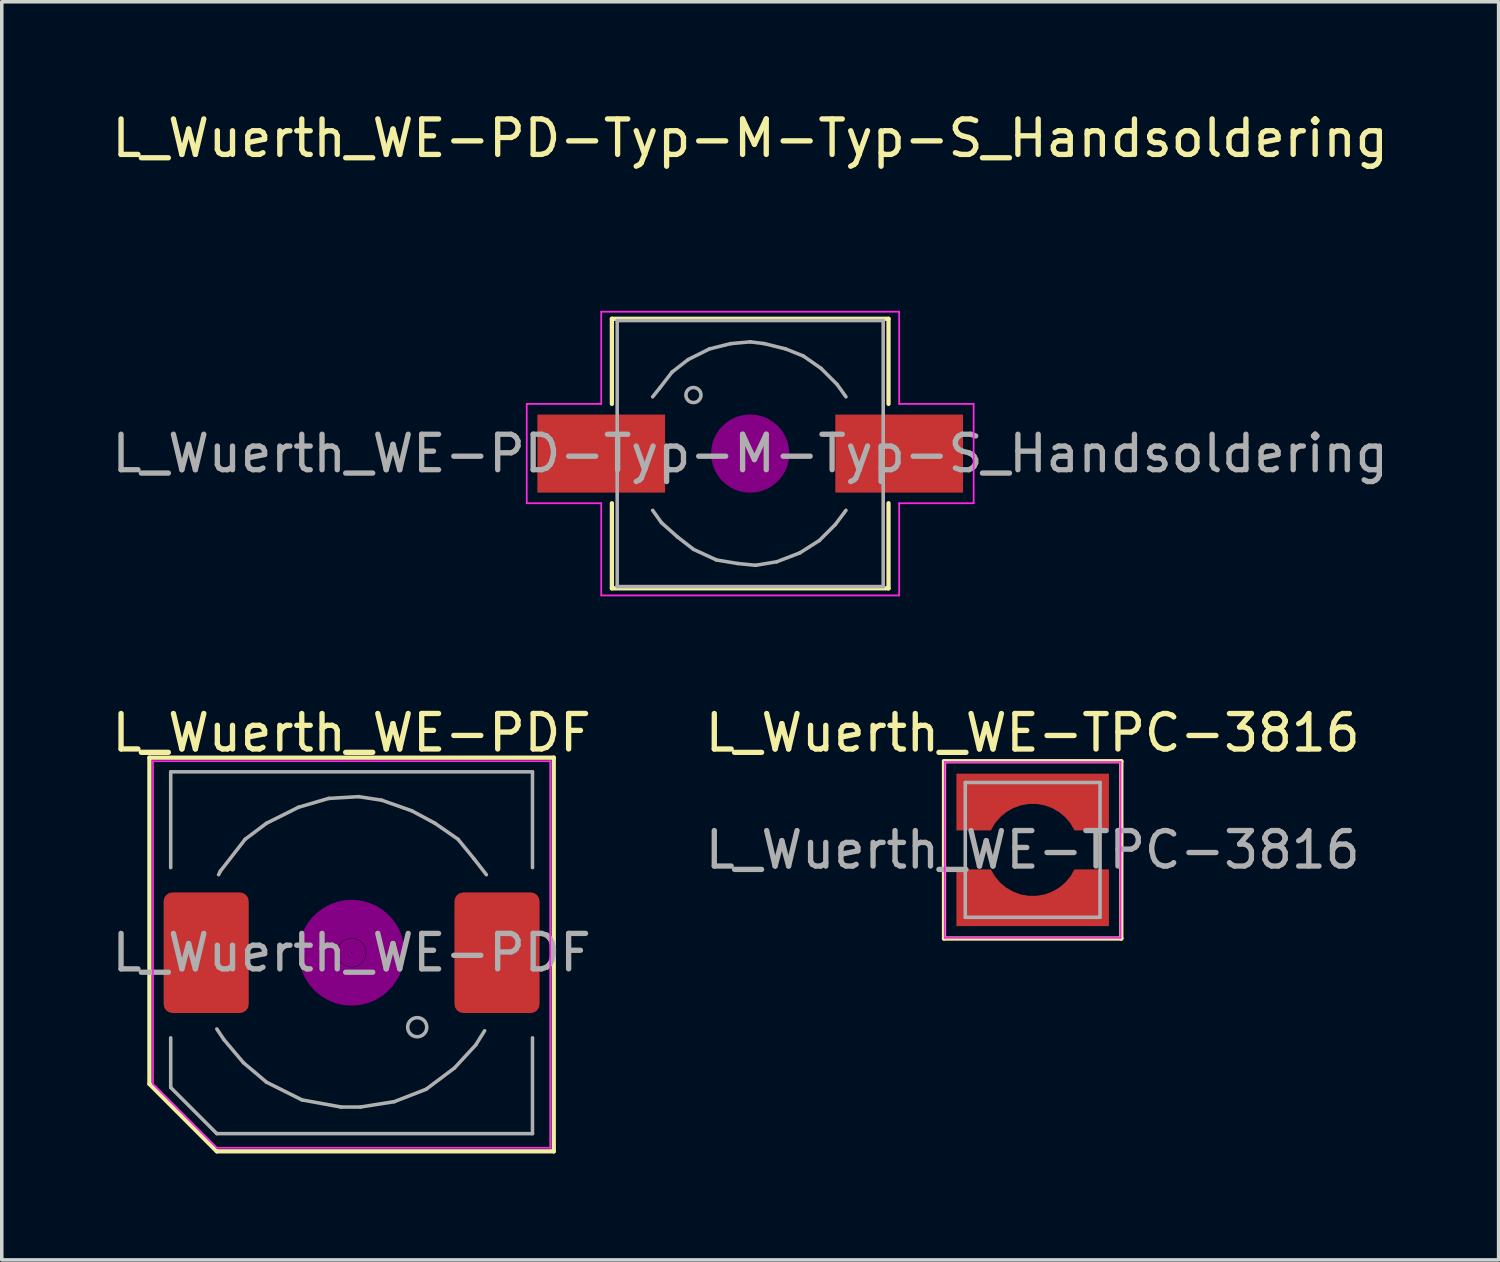
<source format=kicad_pcb>
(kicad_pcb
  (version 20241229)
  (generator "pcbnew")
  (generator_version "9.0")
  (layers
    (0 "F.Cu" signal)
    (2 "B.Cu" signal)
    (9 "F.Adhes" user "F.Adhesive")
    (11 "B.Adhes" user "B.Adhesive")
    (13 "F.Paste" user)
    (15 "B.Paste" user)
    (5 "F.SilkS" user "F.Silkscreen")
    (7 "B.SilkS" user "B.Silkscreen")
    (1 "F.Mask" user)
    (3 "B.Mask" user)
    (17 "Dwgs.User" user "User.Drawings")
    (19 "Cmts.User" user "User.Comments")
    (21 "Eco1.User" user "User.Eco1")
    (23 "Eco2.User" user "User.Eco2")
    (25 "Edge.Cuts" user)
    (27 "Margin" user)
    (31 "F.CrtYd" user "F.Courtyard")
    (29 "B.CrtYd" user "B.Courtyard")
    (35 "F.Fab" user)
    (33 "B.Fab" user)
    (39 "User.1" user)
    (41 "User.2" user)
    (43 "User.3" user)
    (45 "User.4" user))
  (footprint "L_Wuerth_WE-PD-Typ-M-Typ-S_Handsoldering"
    (layer "F.Cu")
    (at 18.101 9.738)
    (property "Reference" "L_Wuerth_WE-PD-Typ-M-Typ-S_Handsoldering" (at 0 -8.89 0) (layer "F.SilkS") (effects (font (size 1 1) (thickness 0.15))))
    (attr smd)
    (fp_line (start -3.9 -1.4) (end -3.9 -3.8) (stroke (width 0.12) (type solid)) (layer "F.SilkS"))
    (fp_line (start -3.9 1.4) (end -3.9 3.8) (stroke (width 0.12) (type solid)) (layer "F.SilkS"))
    (fp_line (start -3.9 3.8) (end 3.9 3.8) (stroke (width 0.12) (type solid)) (layer "F.SilkS"))
    (fp_line (start 3.9 -3.8) (end -3.9 -3.8) (stroke (width 0.12) (type solid)) (layer "F.SilkS"))
    (fp_line (start 3.9 -1.4) (end 3.9 -3.8) (stroke (width 0.12) (type solid)) (layer "F.SilkS"))
    (fp_line (start 3.9 3.8) (end 3.9 1.4) (stroke (width 0.12) (type solid)) (layer "F.SilkS"))
    (fp_circle (center 0 0) (end 0.15 0.15) (stroke (width 0.38) (type solid)) (fill no) (layer "F.Adhes"))
    (fp_circle (center 0 0) (end 0.55 0.05) (stroke (width 0.38) (type solid)) (fill no) (layer "F.Adhes"))
    (fp_circle (center 0 0) (end 0.9 0.15) (stroke (width 0.38) (type solid)) (fill no) (layer "F.Adhes"))
    (fp_line (start -6.3 -1.4) (end -6.3 1.4) (stroke (width 0.05) (type solid)) (layer "F.CrtYd"))
    (fp_line (start -6.3 1.4) (end -4.2 1.4) (stroke (width 0.05) (type solid)) (layer "F.CrtYd"))
    (fp_line (start -4.2 -4) (end -4.2 -1.4) (stroke (width 0.05) (type solid)) (layer "F.CrtYd"))
    (fp_line (start -4.2 -1.4) (end -6.3 -1.4) (stroke (width 0.05) (type solid)) (layer "F.CrtYd"))
    (fp_line (start -4.2 1.4) (end -4.2 4) (stroke (width 0.05) (type solid)) (layer "F.CrtYd"))
    (fp_line (start -4.2 4) (end 4.2 4) (stroke (width 0.05) (type solid)) (layer "F.CrtYd"))
    (fp_line (start 4.2 -4) (end -4.2 -4) (stroke (width 0.05) (type solid)) (layer "F.CrtYd"))
    (fp_line (start 4.2 -1.4) (end 4.2 -4) (stroke (width 0.05) (type solid)) (layer "F.CrtYd"))
    (fp_line (start 4.2 1.4) (end 6.3 1.4) (stroke (width 0.05) (type solid)) (layer "F.CrtYd"))
    (fp_line (start 4.2 4) (end 4.2 1.4) (stroke (width 0.05) (type solid)) (layer "F.CrtYd"))
    (fp_line (start 6.3 -1.4) (end 4.2 -1.4) (stroke (width 0.05) (type solid)) (layer "F.CrtYd"))
    (fp_line (start 6.3 1.4) (end 6.3 -1.4) (stroke (width 0.05) (type solid)) (layer "F.CrtYd"))
    (fp_line (start -3.75 -3.75) (end -3.75 3.75) (stroke (width 0.1) (type solid)) (layer "F.Fab"))
    (fp_line (start -3.75 3.75) (end 3.75 3.75) (stroke (width 0.1) (type solid)) (layer "F.Fab"))
    (fp_line (start -2.75 1.6) (end -2.5 1.95) (stroke (width 0.1) (type solid)) (layer "F.Fab"))
    (fp_line (start -2.55 -1.85) (end -2.75 -1.6) (stroke (width 0.1) (type solid)) (layer "F.Fab"))
    (fp_line (start -2.5 1.95) (end -2.05 2.35) (stroke (width 0.1) (type solid)) (layer "F.Fab"))
    (fp_line (start -2.2 -2.3) (end -2.55 -1.85) (stroke (width 0.1) (type solid)) (layer "F.Fab"))
    (fp_line (start -2.05 2.35) (end -1.6 2.7) (stroke (width 0.1) (type solid)) (layer "F.Fab"))
    (fp_line (start -1.75 -2.65) (end -2.2 -2.3) (stroke (width 0.1) (type solid)) (layer "F.Fab"))
    (fp_line (start -1.6 2.7) (end -0.95 3) (stroke (width 0.1) (type solid)) (layer "F.Fab"))
    (fp_line (start -1.15 -2.95) (end -1.75 -2.65) (stroke (width 0.1) (type solid)) (layer "F.Fab"))
    (fp_line (start -0.95 3) (end -0.35 3.1) (stroke (width 0.1) (type solid)) (layer "F.Fab"))
    (fp_line (start -0.55 -3.1) (end -1.15 -2.95) (stroke (width 0.1) (type solid)) (layer "F.Fab"))
    (fp_line (start -0.35 3.1) (end 0.15 3.15) (stroke (width 0.1) (type solid)) (layer "F.Fab"))
    (fp_line (start 0 -3.15) (end -0.55 -3.1) (stroke (width 0.1) (type solid)) (layer "F.Fab"))
    (fp_line (start 0.15 3.15) (end 0.75 3.05) (stroke (width 0.1) (type solid)) (layer "F.Fab"))
    (fp_line (start 0.4 -3.1) (end 0 -3.15) (stroke (width 0.1) (type solid)) (layer "F.Fab"))
    (fp_line (start 0.75 3.05) (end 1.4 2.8) (stroke (width 0.1) (type solid)) (layer "F.Fab"))
    (fp_line (start 1 -2.95) (end 0.4 -3.1) (stroke (width 0.1) (type solid)) (layer "F.Fab"))
    (fp_line (start 1.4 2.8) (end 1.95 2.45) (stroke (width 0.1) (type solid)) (layer "F.Fab"))
    (fp_line (start 1.5 -2.75) (end 1 -2.95) (stroke (width 0.1) (type solid)) (layer "F.Fab"))
    (fp_line (start 1.95 2.45) (end 2.4 2) (stroke (width 0.1) (type solid)) (layer "F.Fab"))
    (fp_line (start 2 -2.4) (end 1.5 -2.75) (stroke (width 0.1) (type solid)) (layer "F.Fab"))
    (fp_line (start 2.4 2) (end 2.7 1.6) (stroke (width 0.1) (type solid)) (layer "F.Fab"))
    (fp_line (start 2.45 -1.95) (end 2 -2.4) (stroke (width 0.1) (type solid)) (layer "F.Fab"))
    (fp_line (start 2.7 -1.6) (end 2.45 -1.95) (stroke (width 0.1) (type solid)) (layer "F.Fab"))
    (fp_line (start 3.75 -3.75) (end -3.75 -3.75) (stroke (width 0.1) (type solid)) (layer "F.Fab"))
    (fp_line (start 3.75 3.75) (end 3.75 -3.75) (stroke (width 0.1) (type solid)) (layer "F.Fab"))
    (fp_circle (center -1.6 -1.65) (end -1.45 -1.5) (stroke (width 0.1) (type solid)) (fill no) (layer "F.Fab"))
    (fp_text user "${REFERENCE}" (at 0 0 0) (layer "F.Fab") (effects (font (size 1 1) (thickness 0.15))))
    (pad "1" smd rect (at -4.2 0) (size 3.6 2.2) (layers "F.Cu" "F.Mask" "F.Paste"))
    (pad "2" smd rect (at 4.2 0) (size 3.6 2.2) (layers "F.Cu" "F.Mask" "F.Paste")))
  (footprint "L_Wuerth_WE-PDF"
    (layer "F.Cu")
    (at 6.863 23.811)
    (property "Reference" "L_Wuerth_WE-PDF" (at 0 -6.2 0) (layer "F.SilkS") (effects (font (size 1 1) (thickness 0.15))))
    (attr smd)
    (fp_line (start -5.7 -5.5) (end -5.7 3.7) (stroke (width 0.12) (type solid)) (layer "F.SilkS"))
    (fp_line (start -5.7 3.7) (end -3.8 5.6) (stroke (width 0.12) (type solid)) (layer "F.SilkS"))
    (fp_line (start -3.8 5.6) (end 5.7 5.6) (stroke (width 0.12) (type solid)) (layer "F.SilkS"))
    (fp_line (start 5.7 -5.5) (end -5.7 -5.5) (stroke (width 0.12) (type solid)) (layer "F.SilkS"))
    (fp_line (start 5.7 5.6) (end 5.7 -5.5) (stroke (width 0.12) (type solid)) (layer "F.SilkS"))
    (fp_circle (center 0 0) (end 0.15 0.15) (stroke (width 0.38) (type solid)) (fill no) (layer "F.Adhes"))
    (fp_circle (center 0 0) (end 0.6 0.05) (stroke (width 0.38) (type solid)) (fill no) (layer "F.Adhes"))
    (fp_circle (center 0 0) (end 0.95 0) (stroke (width 0.38) (type solid)) (fill no) (layer "F.Adhes"))
    (fp_circle (center 0 0) (end 1.3 0.05) (stroke (width 0.38) (type solid)) (fill no) (layer "F.Adhes"))
    (fp_line (start -5.6 -5.4) (end 5.6 -5.4) (stroke (width 0.05) (type solid)) (layer "F.CrtYd"))
    (fp_line (start -5.6 3.7) (end -5.6 -5.4) (stroke (width 0.05) (type solid)) (layer "F.CrtYd"))
    (fp_line (start -3.8 5.5) (end -5.6 3.7) (stroke (width 0.05) (type solid)) (layer "F.CrtYd"))
    (fp_line (start 5.6 -5.4) (end 5.6 5.5) (stroke (width 0.05) (type solid)) (layer "F.CrtYd"))
    (fp_line (start 5.6 5.5) (end -3.8 5.5) (stroke (width 0.05) (type solid)) (layer "F.CrtYd"))
    (fp_line (start -5.1 -5.1) (end -5.1 -2.4) (stroke (width 0.1) (type solid)) (layer "F.Fab"))
    (fp_line (start -5.1 2.4) (end -5.1 3.8) (stroke (width 0.1) (type solid)) (layer "F.Fab"))
    (fp_line (start -5.1 3.8) (end -3.8 5.1) (stroke (width 0.1) (type solid)) (layer "F.Fab"))
    (fp_line (start -3.8 2.15) (end -3.6 2.45) (stroke (width 0.1) (type solid)) (layer "F.Fab"))
    (fp_line (start -3.7 -2.3) (end -3.75 -2.2) (stroke (width 0.1) (type solid)) (layer "F.Fab"))
    (fp_line (start -3.6 2.45) (end -3.05 3.1) (stroke (width 0.1) (type solid)) (layer "F.Fab"))
    (fp_line (start -3.05 3.1) (end -2.4 3.65) (stroke (width 0.1) (type solid)) (layer "F.Fab"))
    (fp_line (start -3 -3.2) (end -3.7 -2.3) (stroke (width 0.1) (type solid)) (layer "F.Fab"))
    (fp_line (start -2.4 -3.65) (end -3 -3.2) (stroke (width 0.1) (type solid)) (layer "F.Fab"))
    (fp_line (start -2.4 3.65) (end -1.4 4.15) (stroke (width 0.1) (type solid)) (layer "F.Fab"))
    (fp_line (start -1.5 -4.1) (end -2.4 -3.65) (stroke (width 0.1) (type solid)) (layer "F.Fab"))
    (fp_line (start -1.4 4.15) (end -0.3 4.35) (stroke (width 0.1) (type solid)) (layer "F.Fab"))
    (fp_line (start -0.65 -4.35) (end -1.5 -4.1) (stroke (width 0.1) (type solid)) (layer "F.Fab"))
    (fp_line (start -0.3 4.35) (end 0.25 4.35) (stroke (width 0.1) (type solid)) (layer "F.Fab"))
    (fp_line (start 0.2 -4.4) (end -0.65 -4.35) (stroke (width 0.1) (type solid)) (layer "F.Fab"))
    (fp_line (start 0.25 4.35) (end 1.2 4.2) (stroke (width 0.1) (type solid)) (layer "F.Fab"))
    (fp_line (start 0.85 -4.3) (end 0.2 -4.4) (stroke (width 0.1) (type solid)) (layer "F.Fab"))
    (fp_line (start 1.2 4.2) (end 2.1 3.85) (stroke (width 0.1) (type solid)) (layer "F.Fab"))
    (fp_line (start 1.7 -4) (end 0.85 -4.3) (stroke (width 0.1) (type solid)) (layer "F.Fab"))
    (fp_line (start 2.1 3.85) (end 2.9 3.25) (stroke (width 0.1) (type solid)) (layer "F.Fab"))
    (fp_line (start 2.35 -3.65) (end 1.7 -4) (stroke (width 0.1) (type solid)) (layer "F.Fab"))
    (fp_line (start 2.9 3.25) (end 3.5 2.6) (stroke (width 0.1) (type solid)) (layer "F.Fab"))
    (fp_line (start 3 -3.2) (end 2.35 -3.65) (stroke (width 0.1) (type solid)) (layer "F.Fab"))
    (fp_line (start 3.45 -2.65) (end 3 -3.2) (stroke (width 0.1) (type solid)) (layer "F.Fab"))
    (fp_line (start 3.5 2.6) (end 3.75 2.2) (stroke (width 0.1) (type solid)) (layer "F.Fab"))
    (fp_line (start 3.8 -2.2) (end 3.45 -2.65) (stroke (width 0.1) (type solid)) (layer "F.Fab"))
    (fp_line (start 5.1 -5.1) (end -5.1 -5.1) (stroke (width 0.1) (type solid)) (layer "F.Fab"))
    (fp_line (start 5.1 -5.1) (end 5.1 -2.4) (stroke (width 0.1) (type solid)) (layer "F.Fab"))
    (fp_line (start 5.1 5.1) (end -3.8 5.1) (stroke (width 0.1) (type solid)) (layer "F.Fab"))
    (fp_line (start 5.1 5.1) (end 5.1 2.4) (stroke (width 0.1) (type solid)) (layer "F.Fab"))
    (fp_circle (center 1.85 2.1) (end 2.1 2.2) (stroke (width 0.1) (type solid)) (fill no) (layer "F.Fab"))
    (fp_text user "${REFERENCE}" (at 0 0 0) (layer "F.Fab") (effects (font (size 1 1) (thickness 0.15))))
    (pad "1" smd roundrect (at -4.1 0) (size 2.4 3.4) (layers "F.Cu" "F.Mask" "F.Paste") (roundrect_rratio 0.104))
    (pad "2" smd roundrect (at 4.1 0) (size 2.4 3.4) (layers "F.Cu" "F.Mask" "F.Paste") (roundrect_rratio 0.104)))
  (footprint "L_Wuerth_WE-TPC-3816"
    (layer "F.Cu")
    (at 26.065 20.912)
    (property "Reference" "L_Wuerth_WE-TPC-3816" (at 0 -3.3 0) (layer "F.SilkS") (effects (font (size 1 1) (thickness 0.15))))
    (attr smd)
    (fp_line (start -2.5 -2.5) (end -2.5 2.5) (stroke (width 0.12) (type solid)) (layer "F.SilkS"))
    (fp_line (start -2.5 2.5) (end 2.5 2.5) (stroke (width 0.12) (type solid)) (layer "F.SilkS"))
    (fp_line (start 2.5 -2.5) (end -2.5 -2.5) (stroke (width 0.12) (type solid)) (layer "F.SilkS"))
    (fp_line (start 2.5 2.5) (end 2.5 -2.5) (stroke (width 0.12) (type solid)) (layer "F.SilkS"))
    (fp_line (start -2.477 -2.477) (end 2.477 -2.477) (stroke (width 0.05) (type solid)) (layer "F.CrtYd"))
    (fp_line (start -2.477 2.477) (end -2.477 -2.477) (stroke (width 0.05) (type solid)) (layer "F.CrtYd"))
    (fp_line (start 2.477 -2.477) (end 2.477 2.477) (stroke (width 0.05) (type solid)) (layer "F.CrtYd"))
    (fp_line (start 2.477 2.477) (end -2.477 2.477) (stroke (width 0.05) (type solid)) (layer "F.CrtYd"))
    (fp_line (start -1.9 -1.9) (end 1.9 -1.9) (stroke (width 0.1) (type solid)) (layer "F.Fab"))
    (fp_line (start -1.9 1.9) (end -1.9 -1.9) (stroke (width 0.1) (type solid)) (layer "F.Fab"))
    (fp_line (start 1.9 -1.9) (end 1.9 1.9) (stroke (width 0.1) (type solid)) (layer "F.Fab"))
    (fp_line (start 1.9 1.9) (end -1.9 1.9) (stroke (width 0.1) (type solid)) (layer "F.Fab"))
    (fp_text user "${REFERENCE}" (at 0 0 0) (layer "F.Fab") (effects (font (size 1 1) (thickness 0.15))))
    (pad "1" smd custom (at 0 -1.75) (size 0.7 0.7) (layers "F.Cu" "F.Mask" "F.Paste") (options (anchor circle)) (primitives (gr_poly (pts (xy 2.15 1.2) (xy 1.178 1.2) (xy 1.065 1.004) (xy 0.919 0.83) (xy 0.745 0.685) (xy 0.549 0.572) (xy 0.336 0.494) (xy 0.113 0.455) (xy -0.113 0.455) (xy -0.336 0.494) (xy -0.549 0.572) (xy -0.745 0.685) (xy -0.919 0.83) (xy -1.065 1.004) (xy -1.178 1.2) (xy -2.15 1.2) (xy -2.15 -0.4) (xy 2.15 -0.4)) (width 0) (fill yes))))
    (pad "2" smd custom (at 0 1.75) (size 0.7 0.7) (layers "F.Cu" "F.Mask" "F.Paste") (options (anchor circle)) (primitives (gr_poly (pts (xy -1.065 -1.004) (xy -0.919 -0.83) (xy -0.745 -0.685) (xy -0.549 -0.572) (xy -0.336 -0.494) (xy -0.113 -0.455) (xy 0.113 -0.455) (xy 0.336 -0.494) (xy 0.549 -0.572) (xy 0.745 -0.685) (xy 0.919 -0.83) (xy 1.065 -1.004) (xy 1.178 -1.2) (xy 2.15 -1.2) (xy 2.15 0.4) (xy -2.15 0.4) (xy -2.15 -1.2) (xy -1.178 -1.2)) (width 0) (fill yes)))))
  (gr_rect
    (start -3 -3)
    (end 39.202 32.471)
    (stroke (width 0.1) (type default))
    (fill no)
    (layer "Edge.Cuts")))
</source>
